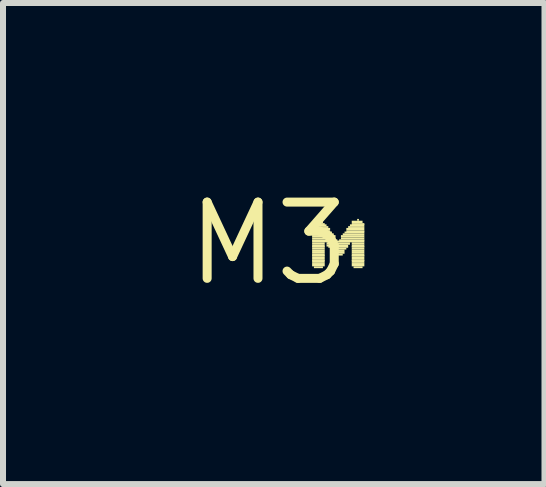
<source format=kicad_pcb>
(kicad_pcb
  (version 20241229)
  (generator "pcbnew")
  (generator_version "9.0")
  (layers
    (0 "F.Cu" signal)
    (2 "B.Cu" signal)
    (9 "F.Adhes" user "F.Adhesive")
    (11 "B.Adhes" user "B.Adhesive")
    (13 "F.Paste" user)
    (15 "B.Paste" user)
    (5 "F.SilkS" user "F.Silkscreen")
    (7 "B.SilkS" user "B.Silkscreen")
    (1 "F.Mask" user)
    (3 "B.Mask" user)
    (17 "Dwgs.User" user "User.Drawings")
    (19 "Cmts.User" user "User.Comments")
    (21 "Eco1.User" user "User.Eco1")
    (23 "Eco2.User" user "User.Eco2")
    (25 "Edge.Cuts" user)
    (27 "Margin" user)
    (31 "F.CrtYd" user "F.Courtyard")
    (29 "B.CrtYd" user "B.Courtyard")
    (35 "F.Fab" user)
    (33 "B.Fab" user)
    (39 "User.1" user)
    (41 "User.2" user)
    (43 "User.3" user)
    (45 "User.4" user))
  (footprint "M3"
    (layer "F.Cu")
    (at 1.428 1.006)
    (property "Reference" "M3" (at 0 0 0) (layer "F.SilkS") (effects (font (size 1.27 1.27) (thickness 0.15))))
    (fp_poly (pts (xy 0.72 -0.31) (xy 0.93 -0.31) (xy 0.93 -0.34) (xy 0.72 -0.34)) (stroke (width 0) (type solid)) (fill yes) (layer "F.SilkS"))
    (fp_poly (pts (xy 0.72 -0.29) (xy 0.96 -0.29) (xy 0.96 -0.32) (xy 0.72 -0.32)) (stroke (width 0) (type solid)) (fill yes) (layer "F.SilkS"))
    (fp_poly (pts (xy 0.72 -0.26) (xy 0.99 -0.26) (xy 0.99 -0.29) (xy 0.72 -0.29)) (stroke (width 0) (type solid)) (fill yes) (layer "F.SilkS"))
    (fp_poly (pts (xy 0.72 -0.22) (xy 1.02 -0.22) (xy 1.02 -0.26) (xy 0.72 -0.26)) (stroke (width 0) (type solid)) (fill yes) (layer "F.SilkS"))
    (fp_poly (pts (xy 0.72 -0.19) (xy 1.02 -0.19) (xy 1.02 -0.22) (xy 0.72 -0.22)) (stroke (width 0) (type solid)) (fill yes) (layer "F.SilkS"))
    (fp_poly (pts (xy 0.72 -0.17) (xy 1.05 -0.17) (xy 1.05 -0.2) (xy 0.72 -0.2)) (stroke (width 0) (type solid)) (fill yes) (layer "F.SilkS"))
    (fp_poly (pts (xy 0.72 -0.14) (xy 1.08 -0.14) (xy 1.08 -0.17) (xy 0.72 -0.17)) (stroke (width 0) (type solid)) (fill yes) (layer "F.SilkS"))
    (fp_poly (pts (xy 0.72 -0.1) (xy 1.11 -0.1) (xy 1.11 -0.14) (xy 0.72 -0.14)) (stroke (width 0) (type solid)) (fill yes) (layer "F.SilkS"))
    (fp_poly (pts (xy 0.72 -0.07) (xy 1.11 -0.07) (xy 1.11 -0.1) (xy 0.72 -0.1)) (stroke (width 0) (type solid)) (fill yes) (layer "F.SilkS"))
    (fp_poly (pts (xy 0.72 -0.04) (xy 1.14 -0.04) (xy 1.14 -0.07) (xy 0.72 -0.07)) (stroke (width 0) (type solid)) (fill yes) (layer "F.SilkS"))
    (fp_poly (pts (xy 0.72 -0.02) (xy 1.59 -0.02) (xy 1.59 -0.05) (xy 0.72 -0.05)) (stroke (width 0) (type solid)) (fill yes) (layer "F.SilkS"))
    (fp_poly (pts (xy 0.72 0.02) (xy 0.93 0.02) (xy 0.93 -0.02) (xy 0.72 -0.02)) (stroke (width 0) (type solid)) (fill yes) (layer "F.SilkS"))
    (fp_poly (pts (xy 0.72 0.05) (xy 0.93 0.05) (xy 0.93 0.02) (xy 0.72 0.02)) (stroke (width 0) (type solid)) (fill yes) (layer "F.SilkS"))
    (fp_poly (pts (xy 0.72 0.07) (xy 0.93 0.07) (xy 0.93 0.04) (xy 0.72 0.04)) (stroke (width 0) (type solid)) (fill yes) (layer "F.SilkS"))
    (fp_poly (pts (xy 0.72 0.1) (xy 0.93 0.1) (xy 0.93 0.07) (xy 0.72 0.07)) (stroke (width 0) (type solid)) (fill yes) (layer "F.SilkS"))
    (fp_poly (pts (xy 0.72 0.14) (xy 0.93 0.14) (xy 0.93 0.1) (xy 0.72 0.1)) (stroke (width 0) (type solid)) (fill yes) (layer "F.SilkS"))
    (fp_poly (pts (xy 0.72 0.17) (xy 0.93 0.17) (xy 0.93 0.14) (xy 0.72 0.14)) (stroke (width 0) (type solid)) (fill yes) (layer "F.SilkS"))
    (fp_poly (pts (xy 0.72 0.2) (xy 0.93 0.2) (xy 0.93 0.17) (xy 0.72 0.17)) (stroke (width 0) (type solid)) (fill yes) (layer "F.SilkS"))
    (fp_poly (pts (xy 0.72 0.22) (xy 0.93 0.22) (xy 0.93 0.19) (xy 0.72 0.19)) (stroke (width 0) (type solid)) (fill yes) (layer "F.SilkS"))
    (fp_poly (pts (xy 0.72 0.26) (xy 0.93 0.26) (xy 0.93 0.22) (xy 0.72 0.22)) (stroke (width 0) (type solid)) (fill yes) (layer "F.SilkS"))
    (fp_poly (pts (xy 0.72 0.29) (xy 0.93 0.29) (xy 0.93 0.26) (xy 0.72 0.26)) (stroke (width 0) (type solid)) (fill yes) (layer "F.SilkS"))
    (fp_poly (pts (xy 0.72 0.31) (xy 0.93 0.31) (xy 0.93 0.28) (xy 0.72 0.28)) (stroke (width 0) (type solid)) (fill yes) (layer "F.SilkS"))
    (fp_poly (pts (xy 0.72 0.34) (xy 0.93 0.34) (xy 0.93 0.31) (xy 0.72 0.31)) (stroke (width 0) (type solid)) (fill yes) (layer "F.SilkS"))
    (fp_poly (pts (xy 0.72 0.38) (xy 0.93 0.38) (xy 0.93 0.34) (xy 0.72 0.34)) (stroke (width 0) (type solid)) (fill yes) (layer "F.SilkS"))
    (fp_poly (pts (xy 0.75 -0.34) (xy 0.9 -0.34) (xy 0.9 -0.38) (xy 0.75 -0.38)) (stroke (width 0) (type solid)) (fill yes) (layer "F.SilkS"))
    (fp_poly (pts (xy 0.75 0.41) (xy 0.9 0.41) (xy 0.9 0.38) (xy 0.75 0.38)) (stroke (width 0) (type solid)) (fill yes) (layer "F.SilkS"))
    (fp_poly (pts (xy 0.81 -0.38) (xy 0.84 -0.38) (xy 0.84 -0.41) (xy 0.81 -0.41)) (stroke (width 0) (type solid)) (fill yes) (layer "F.SilkS"))
    (fp_poly (pts (xy 0.96 0.02) (xy 1.35 0.02) (xy 1.35 -0.02) (xy 0.96 -0.02)) (stroke (width 0) (type solid)) (fill yes) (layer "F.SilkS"))
    (fp_poly (pts (xy 0.96 0.05) (xy 1.32 0.05) (xy 1.32 0.02) (xy 0.96 0.02)) (stroke (width 0) (type solid)) (fill yes) (layer "F.SilkS"))
    (fp_poly (pts (xy 0.99 0.07) (xy 1.32 0.07) (xy 1.32 0.04) (xy 0.99 0.04)) (stroke (width 0) (type solid)) (fill yes) (layer "F.SilkS"))
    (fp_poly (pts (xy 1.02 0.1) (xy 1.29 0.1) (xy 1.29 0.07) (xy 1.02 0.07)) (stroke (width 0) (type solid)) (fill yes) (layer "F.SilkS"))
    (fp_poly (pts (xy 1.05 0.14) (xy 1.26 0.14) (xy 1.26 0.1) (xy 1.05 0.1)) (stroke (width 0) (type solid)) (fill yes) (layer "F.SilkS"))
    (fp_poly (pts (xy 1.05 0.17) (xy 1.26 0.17) (xy 1.26 0.14) (xy 1.05 0.14)) (stroke (width 0) (type solid)) (fill yes) (layer "F.SilkS"))
    (fp_poly (pts (xy 1.08 0.2) (xy 1.23 0.2) (xy 1.23 0.17) (xy 1.08 0.17)) (stroke (width 0) (type solid)) (fill yes) (layer "F.SilkS"))
    (fp_poly (pts (xy 1.17 -0.04) (xy 1.59 -0.04) (xy 1.59 -0.07) (xy 1.17 -0.07)) (stroke (width 0) (type solid)) (fill yes) (layer "F.SilkS"))
    (fp_poly (pts (xy 1.2 -0.1) (xy 1.59 -0.1) (xy 1.59 -0.14) (xy 1.2 -0.14)) (stroke (width 0) (type solid)) (fill yes) (layer "F.SilkS"))
    (fp_poly (pts (xy 1.2 -0.07) (xy 1.59 -0.07) (xy 1.59 -0.1) (xy 1.2 -0.1)) (stroke (width 0) (type solid)) (fill yes) (layer "F.SilkS"))
    (fp_poly (pts (xy 1.23 -0.14) (xy 1.59 -0.14) (xy 1.59 -0.17) (xy 1.23 -0.17)) (stroke (width 0) (type solid)) (fill yes) (layer "F.SilkS"))
    (fp_poly (pts (xy 1.26 -0.17) (xy 1.59 -0.17) (xy 1.59 -0.2) (xy 1.26 -0.2)) (stroke (width 0) (type solid)) (fill yes) (layer "F.SilkS"))
    (fp_poly (pts (xy 1.29 -0.22) (xy 1.59 -0.22) (xy 1.59 -0.26) (xy 1.29 -0.26)) (stroke (width 0) (type solid)) (fill yes) (layer "F.SilkS"))
    (fp_poly (pts (xy 1.29 -0.19) (xy 1.59 -0.19) (xy 1.59 -0.22) (xy 1.29 -0.22)) (stroke (width 0) (type solid)) (fill yes) (layer "F.SilkS"))
    (fp_poly (pts (xy 1.32 -0.26) (xy 1.59 -0.26) (xy 1.59 -0.29) (xy 1.32 -0.29)) (stroke (width 0) (type solid)) (fill yes) (layer "F.SilkS"))
    (fp_poly (pts (xy 1.35 -0.29) (xy 1.59 -0.29) (xy 1.59 -0.32) (xy 1.35 -0.32)) (stroke (width 0) (type solid)) (fill yes) (layer "F.SilkS"))
    (fp_poly (pts (xy 1.38 -0.34) (xy 1.56 -0.34) (xy 1.56 -0.38) (xy 1.38 -0.38)) (stroke (width 0) (type solid)) (fill yes) (layer "F.SilkS"))
    (fp_poly (pts (xy 1.38 -0.31) (xy 1.59 -0.31) (xy 1.59 -0.34) (xy 1.38 -0.34)) (stroke (width 0) (type solid)) (fill yes) (layer "F.SilkS"))
    (fp_poly (pts (xy 1.38 0.02) (xy 1.59 0.02) (xy 1.59 -0.02) (xy 1.38 -0.02)) (stroke (width 0) (type solid)) (fill yes) (layer "F.SilkS"))
    (fp_poly (pts (xy 1.38 0.05) (xy 1.59 0.05) (xy 1.59 0.02) (xy 1.38 0.02)) (stroke (width 0) (type solid)) (fill yes) (layer "F.SilkS"))
    (fp_poly (pts (xy 1.38 0.07) (xy 1.59 0.07) (xy 1.59 0.04) (xy 1.38 0.04)) (stroke (width 0) (type solid)) (fill yes) (layer "F.SilkS"))
    (fp_poly (pts (xy 1.38 0.1) (xy 1.59 0.1) (xy 1.59 0.07) (xy 1.38 0.07)) (stroke (width 0) (type solid)) (fill yes) (layer "F.SilkS"))
    (fp_poly (pts (xy 1.38 0.14) (xy 1.59 0.14) (xy 1.59 0.1) (xy 1.38 0.1)) (stroke (width 0) (type solid)) (fill yes) (layer "F.SilkS"))
    (fp_poly (pts (xy 1.38 0.17) (xy 1.59 0.17) (xy 1.59 0.14) (xy 1.38 0.14)) (stroke (width 0) (type solid)) (fill yes) (layer "F.SilkS"))
    (fp_poly (pts (xy 1.38 0.2) (xy 1.59 0.2) (xy 1.59 0.17) (xy 1.38 0.17)) (stroke (width 0) (type solid)) (fill yes) (layer "F.SilkS"))
    (fp_poly (pts (xy 1.38 0.22) (xy 1.59 0.22) (xy 1.59 0.19) (xy 1.38 0.19)) (stroke (width 0) (type solid)) (fill yes) (layer "F.SilkS"))
    (fp_poly (pts (xy 1.38 0.26) (xy 1.59 0.26) (xy 1.59 0.22) (xy 1.38 0.22)) (stroke (width 0) (type solid)) (fill yes) (layer "F.SilkS"))
    (fp_poly (pts (xy 1.38 0.29) (xy 1.59 0.29) (xy 1.59 0.26) (xy 1.38 0.26)) (stroke (width 0) (type solid)) (fill yes) (layer "F.SilkS"))
    (fp_poly (pts (xy 1.38 0.31) (xy 1.59 0.31) (xy 1.59 0.28) (xy 1.38 0.28)) (stroke (width 0) (type solid)) (fill yes) (layer "F.SilkS"))
    (fp_poly (pts (xy 1.38 0.34) (xy 1.59 0.34) (xy 1.59 0.31) (xy 1.38 0.31)) (stroke (width 0) (type solid)) (fill yes) (layer "F.SilkS"))
    (fp_poly (pts (xy 1.38 0.38) (xy 1.59 0.38) (xy 1.59 0.34) (xy 1.38 0.34)) (stroke (width 0) (type solid)) (fill yes) (layer "F.SilkS"))
    (fp_poly (pts (xy 1.41 0.41) (xy 1.56 0.41) (xy 1.56 0.38) (xy 1.41 0.38)) (stroke (width 0) (type solid)) (fill yes) (layer "F.SilkS"))
    (fp_poly (pts (xy 1.47 -0.38) (xy 1.5 -0.38) (xy 1.5 -0.41) (xy 1.47 -0.41)) (stroke (width 0) (type solid)) (fill yes) (layer "F.SilkS")))
  (gr_rect
    (start -3 -3)
    (end 6.018 5.012)
    (stroke (width 0.1) (type default))
    (fill no)
    (layer "Edge.Cuts")))
</source>
